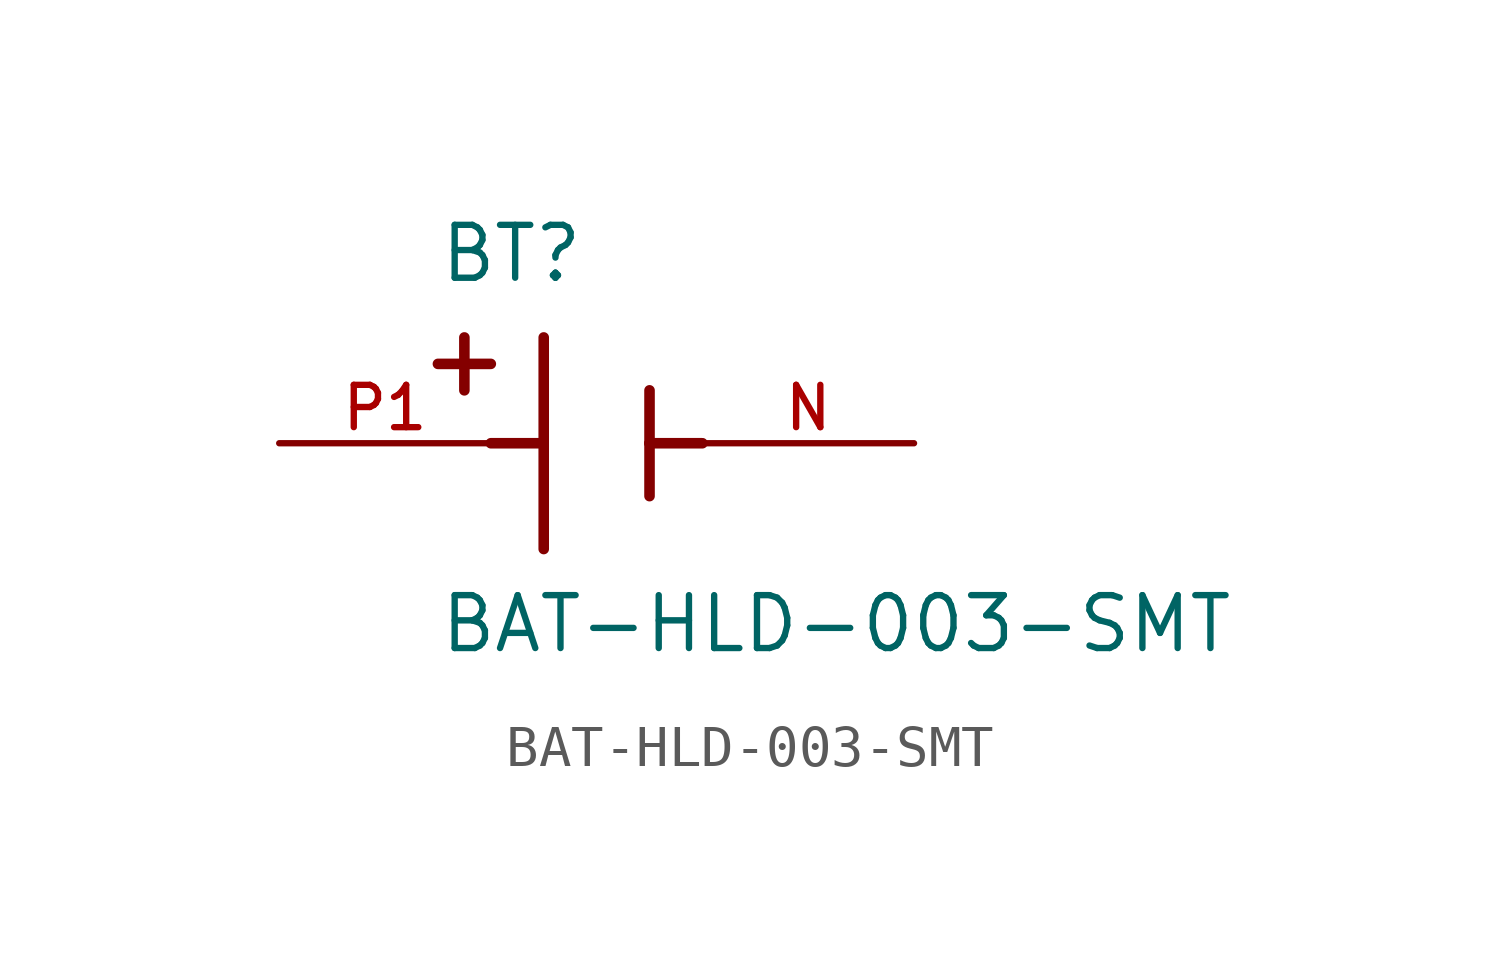
<source format=kicad_sym>
(kicad_symbol_lib
  (version 20211014)
  (generator kicad_symbol_editor)
  (symbol "BAT-HLD-003-SMT"
    (pin_names
      (offset 1.016))
    (property "Reference" "BT"
      (at -3.81 3.81 0)
      (effects (font (size 1.27 1.27)) (justify bottom left)))
    (property "Value" "BAT-HLD-003-SMT"
      (at -3.81 -5.08 0)
      (effects (font (size 1.27 1.27)) (justify bottom left)))
    (symbol "BAT-HLD-003-SMT_0_0"
      (polyline (pts (xy -1.27 2.54) (xy -1.27 0.0)) (stroke (width 0.254)))
      (polyline (pts (xy -1.27 0.0) (xy -1.27 -2.54)) (stroke (width 0.254)))
      (polyline (pts (xy 1.27 1.27) (xy 1.27 0.0)) (stroke (width 0.254)))
      (polyline (pts (xy 1.27 0.0) (xy 1.27 -1.27)) (stroke (width 0.254)))
      (polyline (pts (xy -1.27 0.0) (xy -2.54 0.0)) (stroke (width 0.254)))
      (polyline (pts (xy 1.27 0.0) (xy 2.54 0.0)) (stroke (width 0.254)))
      (polyline (pts (xy -3.175 2.54) (xy -3.175 1.27)) (stroke (width 0.254)))
      (polyline (pts (xy -3.81 1.905) (xy -2.54 1.905)) (stroke (width 0.254)))
      (pin passive line (at -7.62 0.0 0) (length 5.08) (name "~" (effects (font (size 1.016 1.016)))) (number "P1" (effects (font (size 1.016 1.016)))))
      (pin passive line (at 7.62 0.0 180.0) (length 5.08) (name "~" (effects (font (size 1.016 1.016)))) (number "N" (effects (font (size 1.016 1.016))))))))
</source>
